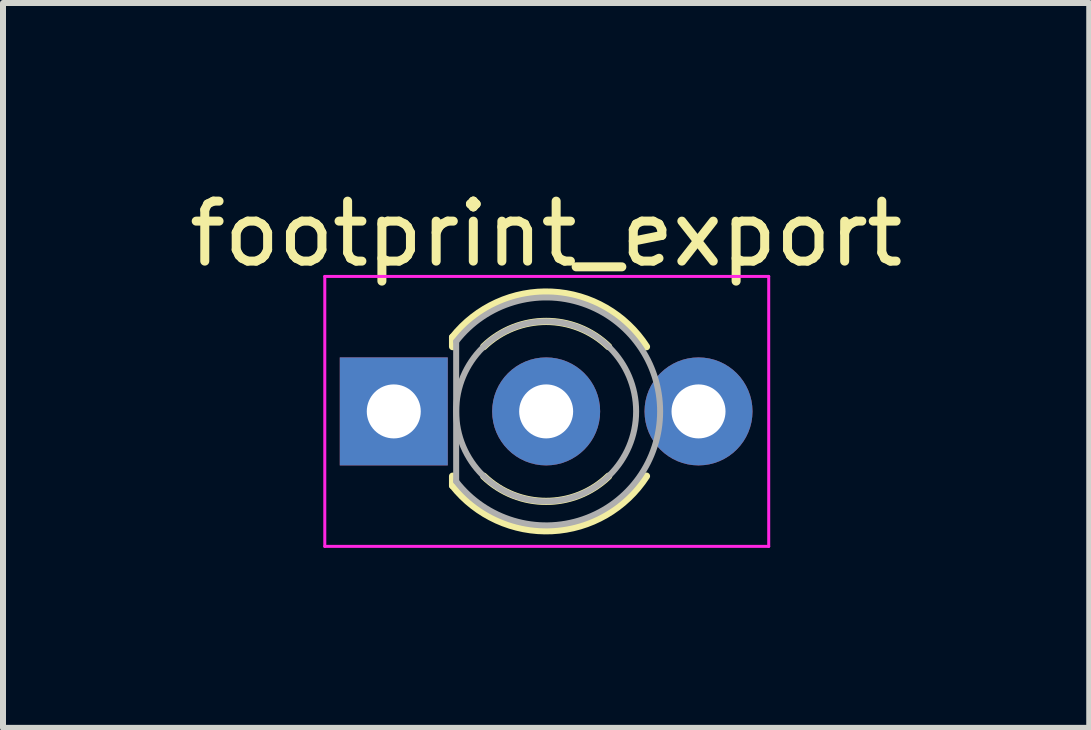
<source format=kicad_pcb>
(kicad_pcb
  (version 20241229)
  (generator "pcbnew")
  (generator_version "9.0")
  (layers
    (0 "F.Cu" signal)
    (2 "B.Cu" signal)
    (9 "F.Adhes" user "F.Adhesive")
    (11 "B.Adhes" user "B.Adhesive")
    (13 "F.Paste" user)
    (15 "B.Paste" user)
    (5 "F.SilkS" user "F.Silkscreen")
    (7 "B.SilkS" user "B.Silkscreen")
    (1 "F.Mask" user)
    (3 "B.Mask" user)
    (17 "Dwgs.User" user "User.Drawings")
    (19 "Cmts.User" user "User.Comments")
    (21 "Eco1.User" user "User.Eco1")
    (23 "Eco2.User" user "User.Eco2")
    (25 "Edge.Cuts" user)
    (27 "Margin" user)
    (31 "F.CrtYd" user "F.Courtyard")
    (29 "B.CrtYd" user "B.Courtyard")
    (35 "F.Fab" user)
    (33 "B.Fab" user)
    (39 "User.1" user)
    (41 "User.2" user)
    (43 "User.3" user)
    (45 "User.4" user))
  (footprint "footprint_export"
    (layer "F.Cu")
    (at 3.514 3.808)
    (property "Reference" "footprint_export" (at 2.54 -2.96 0) (layer "F.SilkS") (effects (font (size 1 1) (thickness 0.15))))
    (attr through_hole)
    (fp_line (start 0.98 -1.236) (end 0.98 -1.08) (stroke (width 0.12) (type solid)) (layer "F.SilkS"))
    (fp_line (start 0.98 1.08) (end 0.98 1.236) (stroke (width 0.12) (type solid)) (layer "F.SilkS"))
    (fp_arc (start 0.98 -1.235516) (mid 2.636487 -1.987659) (end 4.212335 -1.078608) (stroke (width 0.12) (type solid)) (layer "F.SilkS"))
    (fp_arc (start 1.499039 -1.08) (mid 2.540117 -1.5) (end 3.58113 -1.079837) (stroke (width 0.12) (type solid)) (layer "F.SilkS"))
    (fp_arc (start 3.58113 1.079837) (mid 2.540117 1.5) (end 1.499039 1.08) (stroke (width 0.12) (type solid)) (layer "F.SilkS"))
    (fp_arc (start 4.212335 1.078608) (mid 2.636487 1.987659) (end 0.98 1.235516) (stroke (width 0.12) (type solid)) (layer "F.SilkS"))
    (fp_line (start -1.15 -2.25) (end -1.15 2.25) (stroke (width 0.05) (type solid)) (layer "F.CrtYd"))
    (fp_line (start -1.15 2.25) (end 6.25 2.25) (stroke (width 0.05) (type solid)) (layer "F.CrtYd"))
    (fp_line (start 6.25 -2.25) (end -1.15 -2.25) (stroke (width 0.05) (type solid)) (layer "F.CrtYd"))
    (fp_line (start 6.25 2.25) (end 6.25 -2.25) (stroke (width 0.05) (type solid)) (layer "F.CrtYd"))
    (fp_line (start 1.04 -1.166) (end 1.04 1.166) (stroke (width 0.1) (type solid)) (layer "F.Fab"))
    (fp_arc (start 1.04 -1.16619) (mid 4.44 0.000452) (end 1.039445 1.165476) (stroke (width 0.1) (type solid)) (layer "F.Fab"))
    (fp_circle (center 2.54 0) (end 4.04 0) (stroke (width 0.1) (type solid)) (fill no) (layer "F.Fab"))
    (pad "1" thru_hole rect (at 0 0) (size 1.8 1.8) (drill 0.9) (layers "*.Cu" "*.Mask"))
    (pad "2" thru_hole circle (at 2.54 0) (size 1.8 1.8) (drill 0.9) (layers "*.Cu" "*.Mask"))
    (pad "3" thru_hole circle (at 5.08 0) (size 1.8 1.8) (drill 0.9) (layers "*.Cu" "*.Mask")))
  (gr_rect
    (start -3 -3)
    (end 15.107 9.083)
    (stroke (width 0.1) (type default))
    (fill no)
    (layer "Edge.Cuts")))
</source>
